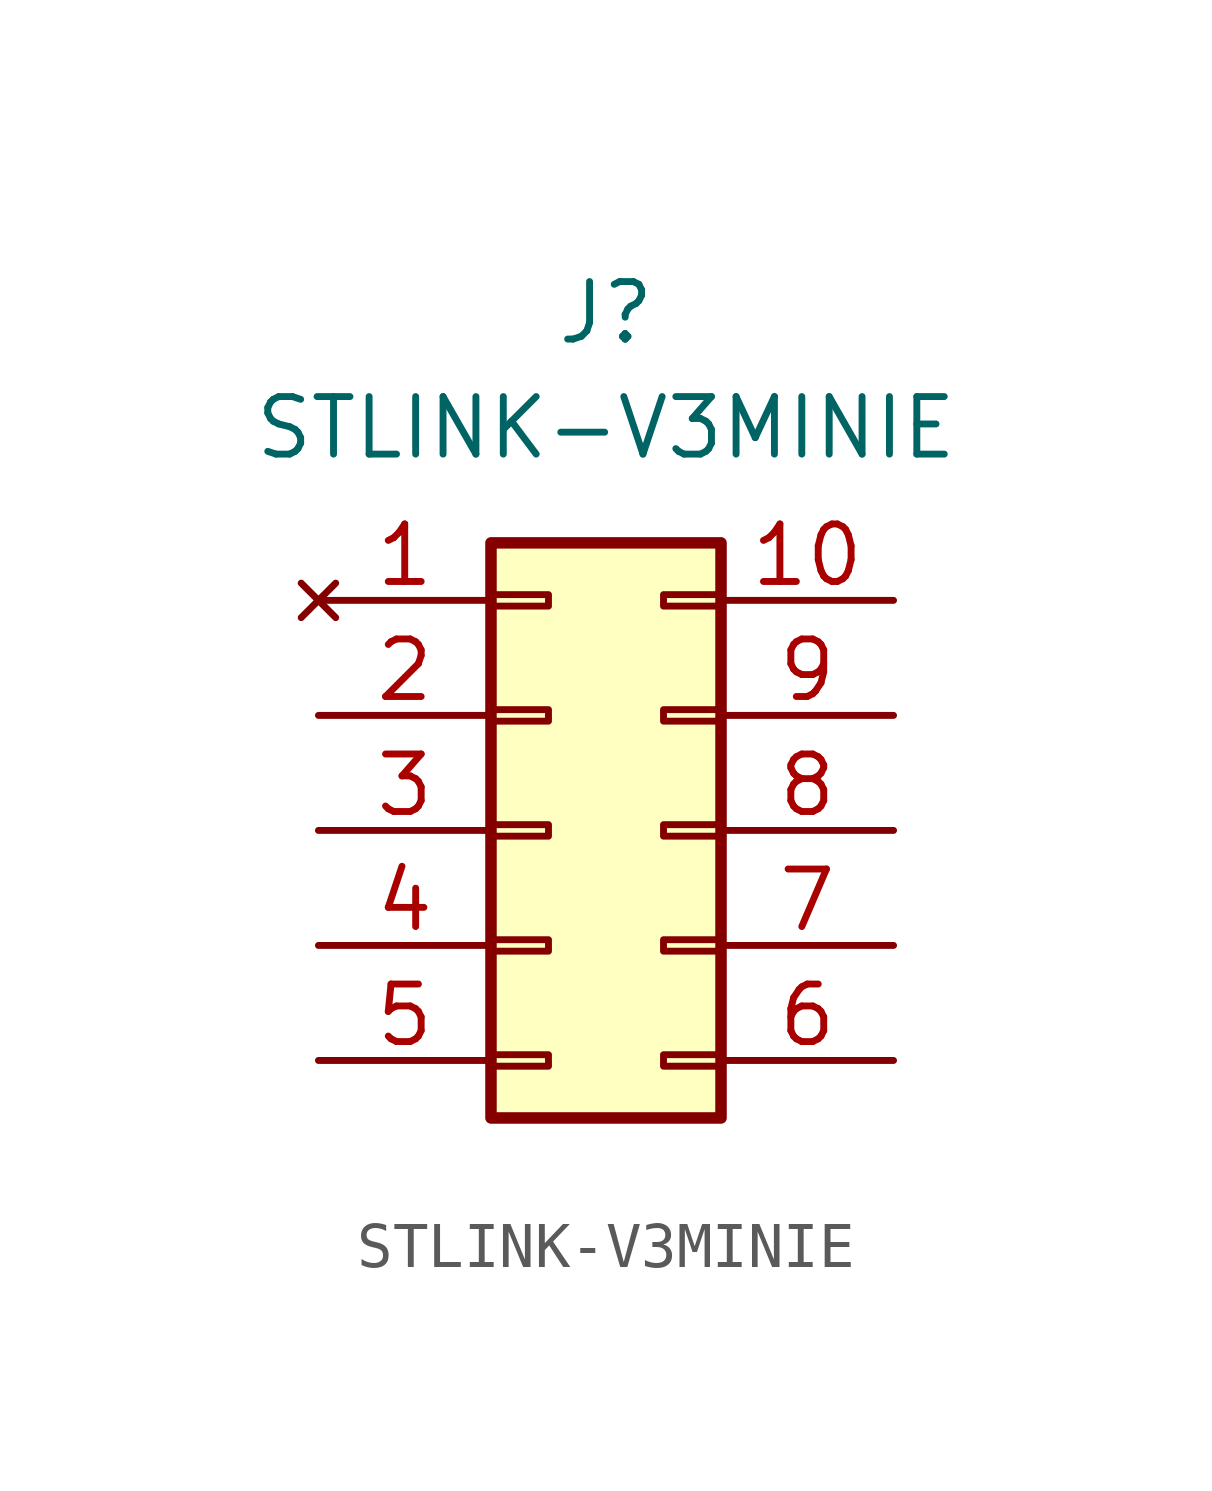
<source format=kicad_sym>
(kicad_symbol_lib
  (version 20220914)
  (generator kicad_symbol_editor)
  (symbol "STLINK-V3MINIE"
    (pin_names
      (offset 1.016) hide)
    (property "Reference" "J"
      (at 0 11.43 0)
      (effects (font (size 1.27 1.27))))
    (property "Value" "STLINK-V3MINIE"
      (at 0 8.89 0)
      (effects (font (size 1.27 1.27))))
    (symbol "STLINK-V3MINIE_1_1"
      (rectangle (start -2.54 -4.953) (end -1.27 -5.207) (stroke (width 0.152) (type default)) (fill (type none)))
      (rectangle (start -2.54 -2.413) (end -1.27 -2.667) (stroke (width 0.152) (type default)) (fill (type none)))
      (rectangle (start -2.54 0.127) (end -1.27 -0.127) (stroke (width 0.152) (type default)) (fill (type none)))
      (rectangle (start -2.54 2.667) (end -1.27 2.413) (stroke (width 0.152) (type default)) (fill (type none)))
      (rectangle (start -2.54 5.207) (end -1.27 4.953) (stroke (width 0.152) (type default)) (fill (type none)))
      (rectangle (start -2.54 6.35) (end 2.54 -6.35) (stroke (width 0.254) (type default)) (fill (type background)))
      (rectangle (start 2.54 -4.953) (end 1.27 -5.207) (stroke (width 0.152) (type default)) (fill (type none)))
      (rectangle (start 2.54 -2.413) (end 1.27 -2.667) (stroke (width 0.152) (type default)) (fill (type none)))
      (rectangle (start 2.54 0.127) (end 1.27 -0.127) (stroke (width 0.152) (type default)) (fill (type none)))
      (rectangle (start 2.54 2.667) (end 1.27 2.413) (stroke (width 0.152) (type default)) (fill (type none)))
      (rectangle (start 2.54 5.207) (end 1.27 4.953) (stroke (width 0.152) (type default)) (fill (type none)))
      (pin no_connect line (at -6.35 5.08 0) (length 3.81) (name "NC" (effects (font (size 1.27 1.27)))) (number "1" (effects (font (size 1.27 1.27)))))
      (pin passive line (at 6.35 5.08 180) (length 3.81) (name "T_VCC" (effects (font (size 1.27 1.27)))) (number "10" (effects (font (size 1.27 1.27)))))
      (pin passive line (at -6.35 2.54 0) (length 3.81) (name "T_JTDI/NC" (effects (font (size 1.27 1.27)))) (number "2" (effects (font (size 1.27 1.27)))))
      (pin passive line (at -6.35 0 0) (length 3.81) (name "T_JTMS/T_SWDIO" (effects (font (size 1.27 1.27)))) (number "3" (effects (font (size 1.27 1.27)))))
      (pin passive line (at -6.35 -2.54 0) (length 3.81) (name "T_JCLK/T_SWCLK" (effects (font (size 1.27 1.27)))) (number "4" (effects (font (size 1.27 1.27)))))
      (pin passive line (at -6.35 -5.08 0) (length 3.81) (name "T_JTDO/T_SWO" (effects (font (size 1.27 1.27)))) (number "5" (effects (font (size 1.27 1.27)))))
      (pin passive line (at 6.35 -5.08 180) (length 3.81) (name "GND" (effects (font (size 1.27 1.27)))) (number "6" (effects (font (size 1.27 1.27)))))
      (pin passive line (at 6.35 -2.54 180) (length 3.81) (name "T_VCP_RX" (effects (font (size 1.27 1.27)))) (number "7" (effects (font (size 1.27 1.27)))))
      (pin passive line (at 6.35 0 180) (length 3.81) (name "T_VCP_TX" (effects (font (size 1.27 1.27)))) (number "8" (effects (font (size 1.27 1.27)))))
      (pin passive line (at 6.35 2.54 180) (length 3.81) (name "T_NRST" (effects (font (size 1.27 1.27)))) (number "9" (effects (font (size 1.27 1.27))))))))
</source>
